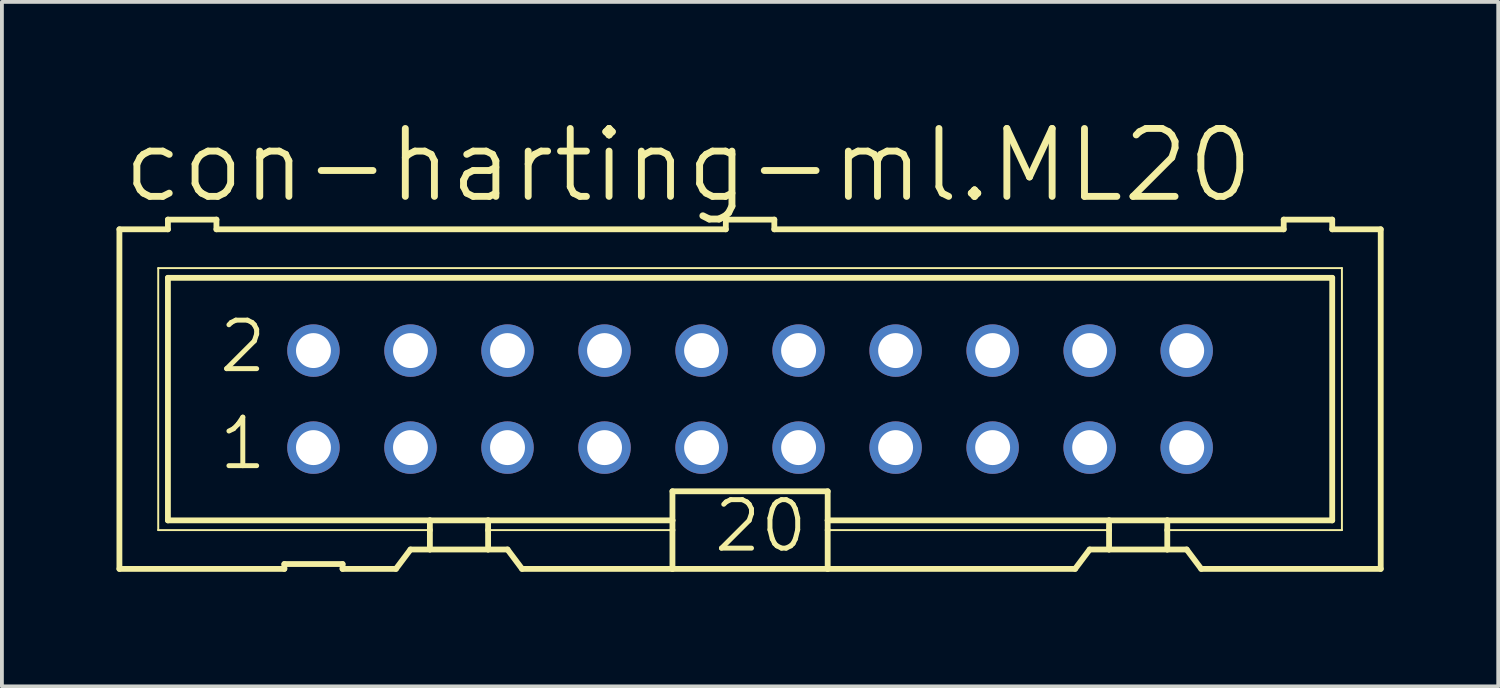
<source format=kicad_pcb>
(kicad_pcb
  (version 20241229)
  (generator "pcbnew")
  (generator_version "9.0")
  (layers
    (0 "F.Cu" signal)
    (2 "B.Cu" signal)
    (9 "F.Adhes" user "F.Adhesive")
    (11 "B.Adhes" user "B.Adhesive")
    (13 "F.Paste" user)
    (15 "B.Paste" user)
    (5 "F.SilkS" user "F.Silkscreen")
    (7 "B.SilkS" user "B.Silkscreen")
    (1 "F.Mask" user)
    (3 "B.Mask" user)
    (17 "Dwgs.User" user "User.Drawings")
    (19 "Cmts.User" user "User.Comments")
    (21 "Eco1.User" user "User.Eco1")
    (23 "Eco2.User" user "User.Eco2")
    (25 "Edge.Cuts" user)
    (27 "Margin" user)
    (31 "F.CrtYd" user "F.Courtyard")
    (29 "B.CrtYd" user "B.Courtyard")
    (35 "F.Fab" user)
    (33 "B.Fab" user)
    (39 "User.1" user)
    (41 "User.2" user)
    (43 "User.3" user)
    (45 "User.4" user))
  (footprint "con-harting-ml.ML20"
    (layer "F.Cu")
    (at 16.586 7.398)
    (property "Reference" "con-harting-ml.ML20" (at -16.51 -5.08 0) (layer "F.SilkS") (effects (font (size 1.778 1.778) (thickness 0.18)) (justify left bottom)))
    (attr through_hole)
    (fp_line (start -16.51 -4.445) (end -16.51 4.445) (stroke (width 0.152) (type default)) (layer "F.SilkS"))
    (fp_line (start -16.51 -4.445) (end -15.24 -4.445) (stroke (width 0.152) (type default)) (layer "F.SilkS"))
    (fp_line (start -16.51 4.445) (end -12.192 4.445) (stroke (width 0.152) (type default)) (layer "F.SilkS"))
    (fp_line (start -15.494 -3.429) (end -15.494 3.429) (stroke (width 0.051) (type default)) (layer "F.SilkS"))
    (fp_line (start -15.494 3.429) (end -8.382 3.429) (stroke (width 0.051) (type default)) (layer "F.SilkS"))
    (fp_line (start -15.24 -4.699) (end -15.24 -4.445) (stroke (width 0.152) (type default)) (layer "F.SilkS"))
    (fp_line (start -15.24 -3.175) (end -15.24 3.175) (stroke (width 0.152) (type default)) (layer "F.SilkS"))
    (fp_line (start -15.24 -3.175) (end 15.24 -3.175) (stroke (width 0.152) (type default)) (layer "F.SilkS"))
    (fp_line (start -13.97 -4.699) (end -15.24 -4.699) (stroke (width 0.152) (type default)) (layer "F.SilkS"))
    (fp_line (start -13.97 -4.699) (end -13.97 -4.445) (stroke (width 0.152) (type default)) (layer "F.SilkS"))
    (fp_line (start -13.97 -4.445) (end -0.635 -4.445) (stroke (width 0.152) (type default)) (layer "F.SilkS"))
    (fp_line (start -12.192 4.318) (end -12.192 4.445) (stroke (width 0.152) (type default)) (layer "F.SilkS"))
    (fp_line (start -12.192 4.318) (end -10.668 4.318) (stroke (width 0.152) (type default)) (layer "F.SilkS"))
    (fp_line (start -10.668 4.445) (end -10.668 4.318) (stroke (width 0.152) (type default)) (layer "F.SilkS"))
    (fp_line (start -10.668 4.445) (end -9.271 4.445) (stroke (width 0.152) (type default)) (layer "F.SilkS"))
    (fp_line (start -9.271 4.445) (end -8.89 3.937) (stroke (width 0.152) (type default)) (layer "F.SilkS"))
    (fp_line (start -8.382 3.175) (end -15.24 3.175) (stroke (width 0.152) (type default)) (layer "F.SilkS"))
    (fp_line (start -8.382 3.175) (end -8.382 3.429) (stroke (width 0.152) (type default)) (layer "F.SilkS"))
    (fp_line (start -8.382 3.429) (end -8.382 3.937) (stroke (width 0.152) (type default)) (layer "F.SilkS"))
    (fp_line (start -8.382 3.937) (end -8.89 3.937) (stroke (width 0.152) (type default)) (layer "F.SilkS"))
    (fp_line (start -6.858 3.175) (end -8.382 3.175) (stroke (width 0.152) (type default)) (layer "F.SilkS"))
    (fp_line (start -6.858 3.175) (end -6.858 3.429) (stroke (width 0.152) (type default)) (layer "F.SilkS"))
    (fp_line (start -6.858 3.429) (end -6.858 3.937) (stroke (width 0.152) (type default)) (layer "F.SilkS"))
    (fp_line (start -6.858 3.429) (end -2.032 3.429) (stroke (width 0.051) (type default)) (layer "F.SilkS"))
    (fp_line (start -6.858 3.937) (end -8.382 3.937) (stroke (width 0.152) (type default)) (layer "F.SilkS"))
    (fp_line (start -6.35 3.937) (end -6.858 3.937) (stroke (width 0.152) (type default)) (layer "F.SilkS"))
    (fp_line (start -6.35 3.937) (end -5.969 4.445) (stroke (width 0.152) (type default)) (layer "F.SilkS"))
    (fp_line (start -5.969 4.445) (end -2.032 4.445) (stroke (width 0.152) (type default)) (layer "F.SilkS"))
    (fp_line (start -2.032 3.175) (end -6.858 3.175) (stroke (width 0.152) (type default)) (layer "F.SilkS"))
    (fp_line (start -2.032 3.175) (end -2.032 2.413) (stroke (width 0.152) (type default)) (layer "F.SilkS"))
    (fp_line (start -2.032 3.175) (end -2.032 3.429) (stroke (width 0.152) (type default)) (layer "F.SilkS"))
    (fp_line (start -2.032 3.429) (end -2.032 4.445) (stroke (width 0.152) (type default)) (layer "F.SilkS"))
    (fp_line (start -0.635 -4.699) (end -0.635 -4.445) (stroke (width 0.152) (type default)) (layer "F.SilkS"))
    (fp_line (start 0.635 -4.699) (end -0.635 -4.699) (stroke (width 0.152) (type default)) (layer "F.SilkS"))
    (fp_line (start 0.635 -4.699) (end 0.635 -4.445) (stroke (width 0.152) (type default)) (layer "F.SilkS"))
    (fp_line (start 0.635 -4.445) (end 13.97 -4.445) (stroke (width 0.152) (type default)) (layer "F.SilkS"))
    (fp_line (start 2.032 2.413) (end -2.032 2.413) (stroke (width 0.152) (type default)) (layer "F.SilkS"))
    (fp_line (start 2.032 2.413) (end 2.032 3.175) (stroke (width 0.152) (type default)) (layer "F.SilkS"))
    (fp_line (start 2.032 3.175) (end 2.032 3.429) (stroke (width 0.152) (type default)) (layer "F.SilkS"))
    (fp_line (start 2.032 3.429) (end 2.032 4.445) (stroke (width 0.152) (type default)) (layer "F.SilkS"))
    (fp_line (start 2.032 4.445) (end -2.032 4.445) (stroke (width 0.152) (type default)) (layer "F.SilkS"))
    (fp_line (start 8.509 4.445) (end 2.032 4.445) (stroke (width 0.152) (type default)) (layer "F.SilkS"))
    (fp_line (start 8.509 4.445) (end 8.89 3.937) (stroke (width 0.152) (type default)) (layer "F.SilkS"))
    (fp_line (start 9.398 3.175) (end 2.032 3.175) (stroke (width 0.152) (type default)) (layer "F.SilkS"))
    (fp_line (start 9.398 3.175) (end 9.398 3.429) (stroke (width 0.152) (type default)) (layer "F.SilkS"))
    (fp_line (start 9.398 3.429) (end 2.032 3.429) (stroke (width 0.051) (type default)) (layer "F.SilkS"))
    (fp_line (start 9.398 3.429) (end 9.398 3.937) (stroke (width 0.152) (type default)) (layer "F.SilkS"))
    (fp_line (start 9.398 3.937) (end 8.89 3.937) (stroke (width 0.152) (type default)) (layer "F.SilkS"))
    (fp_line (start 10.922 3.175) (end 9.398 3.175) (stroke (width 0.152) (type default)) (layer "F.SilkS"))
    (fp_line (start 10.922 3.175) (end 10.922 3.429) (stroke (width 0.152) (type default)) (layer "F.SilkS"))
    (fp_line (start 10.922 3.429) (end 10.922 3.937) (stroke (width 0.152) (type default)) (layer "F.SilkS"))
    (fp_line (start 10.922 3.429) (end 15.494 3.429) (stroke (width 0.051) (type default)) (layer "F.SilkS"))
    (fp_line (start 10.922 3.937) (end 9.398 3.937) (stroke (width 0.152) (type default)) (layer "F.SilkS"))
    (fp_line (start 11.43 3.937) (end 10.922 3.937) (stroke (width 0.152) (type default)) (layer "F.SilkS"))
    (fp_line (start 11.43 3.937) (end 11.811 4.445) (stroke (width 0.152) (type default)) (layer "F.SilkS"))
    (fp_line (start 13.97 -4.445) (end 13.97 -4.699) (stroke (width 0.152) (type default)) (layer "F.SilkS"))
    (fp_line (start 15.24 -4.699) (end 13.97 -4.699) (stroke (width 0.152) (type default)) (layer "F.SilkS"))
    (fp_line (start 15.24 -4.445) (end 15.24 -4.699) (stroke (width 0.152) (type default)) (layer "F.SilkS"))
    (fp_line (start 15.24 -4.445) (end 16.51 -4.445) (stroke (width 0.152) (type default)) (layer "F.SilkS"))
    (fp_line (start 15.24 3.175) (end 10.922 3.175) (stroke (width 0.152) (type default)) (layer "F.SilkS"))
    (fp_line (start 15.24 3.175) (end 15.24 -3.175) (stroke (width 0.152) (type default)) (layer "F.SilkS"))
    (fp_line (start 15.494 -3.429) (end -15.494 -3.429) (stroke (width 0.051) (type default)) (layer "F.SilkS"))
    (fp_line (start 15.494 3.429) (end 15.494 -3.429) (stroke (width 0.051) (type default)) (layer "F.SilkS"))
    (fp_line (start 16.51 4.445) (end 11.811 4.445) (stroke (width 0.152) (type default)) (layer "F.SilkS"))
    (fp_line (start 16.51 4.445) (end 16.51 -4.445) (stroke (width 0.152) (type default)) (layer "F.SilkS"))
    (fp_rect (start -11.684 -1.016) (end -11.176 -1.524) (stroke (width 0.05) (type default)) (fill no) (layer "F.Fab"))
    (fp_rect (start -11.684 1.524) (end -11.176 1.016) (stroke (width 0.05) (type default)) (fill no) (layer "F.Fab"))
    (fp_rect (start -9.144 -1.016) (end -8.636 -1.524) (stroke (width 0.05) (type default)) (fill no) (layer "F.Fab"))
    (fp_rect (start -9.144 1.524) (end -8.636 1.016) (stroke (width 0.05) (type default)) (fill no) (layer "F.Fab"))
    (fp_rect (start -6.604 -1.016) (end -6.096 -1.524) (stroke (width 0.05) (type default)) (fill no) (layer "F.Fab"))
    (fp_rect (start -6.604 1.524) (end -6.096 1.016) (stroke (width 0.05) (type default)) (fill no) (layer "F.Fab"))
    (fp_rect (start -4.064 -1.016) (end -3.556 -1.524) (stroke (width 0.05) (type default)) (fill no) (layer "F.Fab"))
    (fp_rect (start -4.064 1.524) (end -3.556 1.016) (stroke (width 0.05) (type default)) (fill no) (layer "F.Fab"))
    (fp_rect (start -1.524 -1.016) (end -1.016 -1.524) (stroke (width 0.05) (type default)) (fill no) (layer "F.Fab"))
    (fp_rect (start -1.524 1.524) (end -1.016 1.016) (stroke (width 0.05) (type default)) (fill no) (layer "F.Fab"))
    (fp_rect (start 1.016 -1.016) (end 1.524 -1.524) (stroke (width 0.05) (type default)) (fill no) (layer "F.Fab"))
    (fp_rect (start 1.016 1.524) (end 1.524 1.016) (stroke (width 0.05) (type default)) (fill no) (layer "F.Fab"))
    (fp_rect (start 3.556 -1.016) (end 4.064 -1.524) (stroke (width 0.05) (type default)) (fill no) (layer "F.Fab"))
    (fp_rect (start 3.556 1.524) (end 4.064 1.016) (stroke (width 0.05) (type default)) (fill no) (layer "F.Fab"))
    (fp_rect (start 6.096 -1.016) (end 6.604 -1.524) (stroke (width 0.05) (type default)) (fill no) (layer "F.Fab"))
    (fp_rect (start 6.096 1.524) (end 6.604 1.016) (stroke (width 0.05) (type default)) (fill no) (layer "F.Fab"))
    (fp_rect (start 8.636 -1.016) (end 9.144 -1.524) (stroke (width 0.05) (type default)) (fill no) (layer "F.Fab"))
    (fp_rect (start 8.636 1.524) (end 9.144 1.016) (stroke (width 0.05) (type default)) (fill no) (layer "F.Fab"))
    (fp_rect (start 11.176 -1.016) (end 11.684 -1.524) (stroke (width 0.05) (type default)) (fill no) (layer "F.Fab"))
    (fp_rect (start 11.176 1.524) (end 11.684 1.016) (stroke (width 0.05) (type default)) (fill no) (layer "F.Fab"))
    (fp_text user "20" (at -1.016 4.064 0) (layer "F.SilkS") (effects (font (size 1.27 1.27) (thickness 0.13)) (justify left bottom)))
    (fp_text user "1" (at -13.97 1.905 0) (layer "F.SilkS") (effects (font (size 1.27 1.27) (thickness 0.13)) (justify left bottom)))
    (fp_text user "2" (at -13.97 -0.635 0) (layer "F.SilkS") (effects (font (size 1.27 1.27) (thickness 0.13)) (justify left bottom)))
    (pad "1" thru_hole circle (at -11.43 1.27) (size 1.372 1.372) (drill 0.914) (layers "*.Cu" "*.Mask"))
    (pad "2" thru_hole circle (at -11.43 -1.27) (size 1.372 1.372) (drill 0.914) (layers "*.Cu" "*.Mask"))
    (pad "3" thru_hole circle (at -8.89 1.27) (size 1.372 1.372) (drill 0.914) (layers "*.Cu" "*.Mask"))
    (pad "4" thru_hole circle (at -8.89 -1.27) (size 1.372 1.372) (drill 0.914) (layers "*.Cu" "*.Mask"))
    (pad "5" thru_hole circle (at -6.35 1.27) (size 1.372 1.372) (drill 0.914) (layers "*.Cu" "*.Mask"))
    (pad "6" thru_hole circle (at -6.35 -1.27) (size 1.372 1.372) (drill 0.914) (layers "*.Cu" "*.Mask"))
    (pad "7" thru_hole circle (at -3.81 1.27) (size 1.372 1.372) (drill 0.914) (layers "*.Cu" "*.Mask"))
    (pad "8" thru_hole circle (at -3.81 -1.27) (size 1.372 1.372) (drill 0.914) (layers "*.Cu" "*.Mask"))
    (pad "9" thru_hole circle (at -1.27 1.27) (size 1.372 1.372) (drill 0.914) (layers "*.Cu" "*.Mask"))
    (pad "10" thru_hole circle (at -1.27 -1.27) (size 1.372 1.372) (drill 0.914) (layers "*.Cu" "*.Mask"))
    (pad "11" thru_hole circle (at 1.27 1.27) (size 1.372 1.372) (drill 0.914) (layers "*.Cu" "*.Mask"))
    (pad "12" thru_hole circle (at 1.27 -1.27) (size 1.372 1.372) (drill 0.914) (layers "*.Cu" "*.Mask"))
    (pad "13" thru_hole circle (at 3.81 1.27) (size 1.372 1.372) (drill 0.914) (layers "*.Cu" "*.Mask"))
    (pad "14" thru_hole circle (at 3.81 -1.27) (size 1.372 1.372) (drill 0.914) (layers "*.Cu" "*.Mask"))
    (pad "15" thru_hole circle (at 6.35 1.27) (size 1.372 1.372) (drill 0.914) (layers "*.Cu" "*.Mask"))
    (pad "16" thru_hole circle (at 6.35 -1.27) (size 1.372 1.372) (drill 0.914) (layers "*.Cu" "*.Mask"))
    (pad "17" thru_hole circle (at 8.89 1.27) (size 1.372 1.372) (drill 0.914) (layers "*.Cu" "*.Mask"))
    (pad "18" thru_hole circle (at 8.89 -1.27) (size 1.372 1.372) (drill 0.914) (layers "*.Cu" "*.Mask"))
    (pad "19" thru_hole circle (at 11.43 1.27) (size 1.372 1.372) (drill 0.914) (layers "*.Cu" "*.Mask"))
    (pad "20" thru_hole circle (at 11.43 -1.27) (size 1.372 1.372) (drill 0.914) (layers "*.Cu" "*.Mask")))
  (gr_rect
    (start -3 -3)
    (end 36.172 14.919)
    (stroke (width 0.1) (type default))
    (fill no)
    (layer "Edge.Cuts")))
</source>
